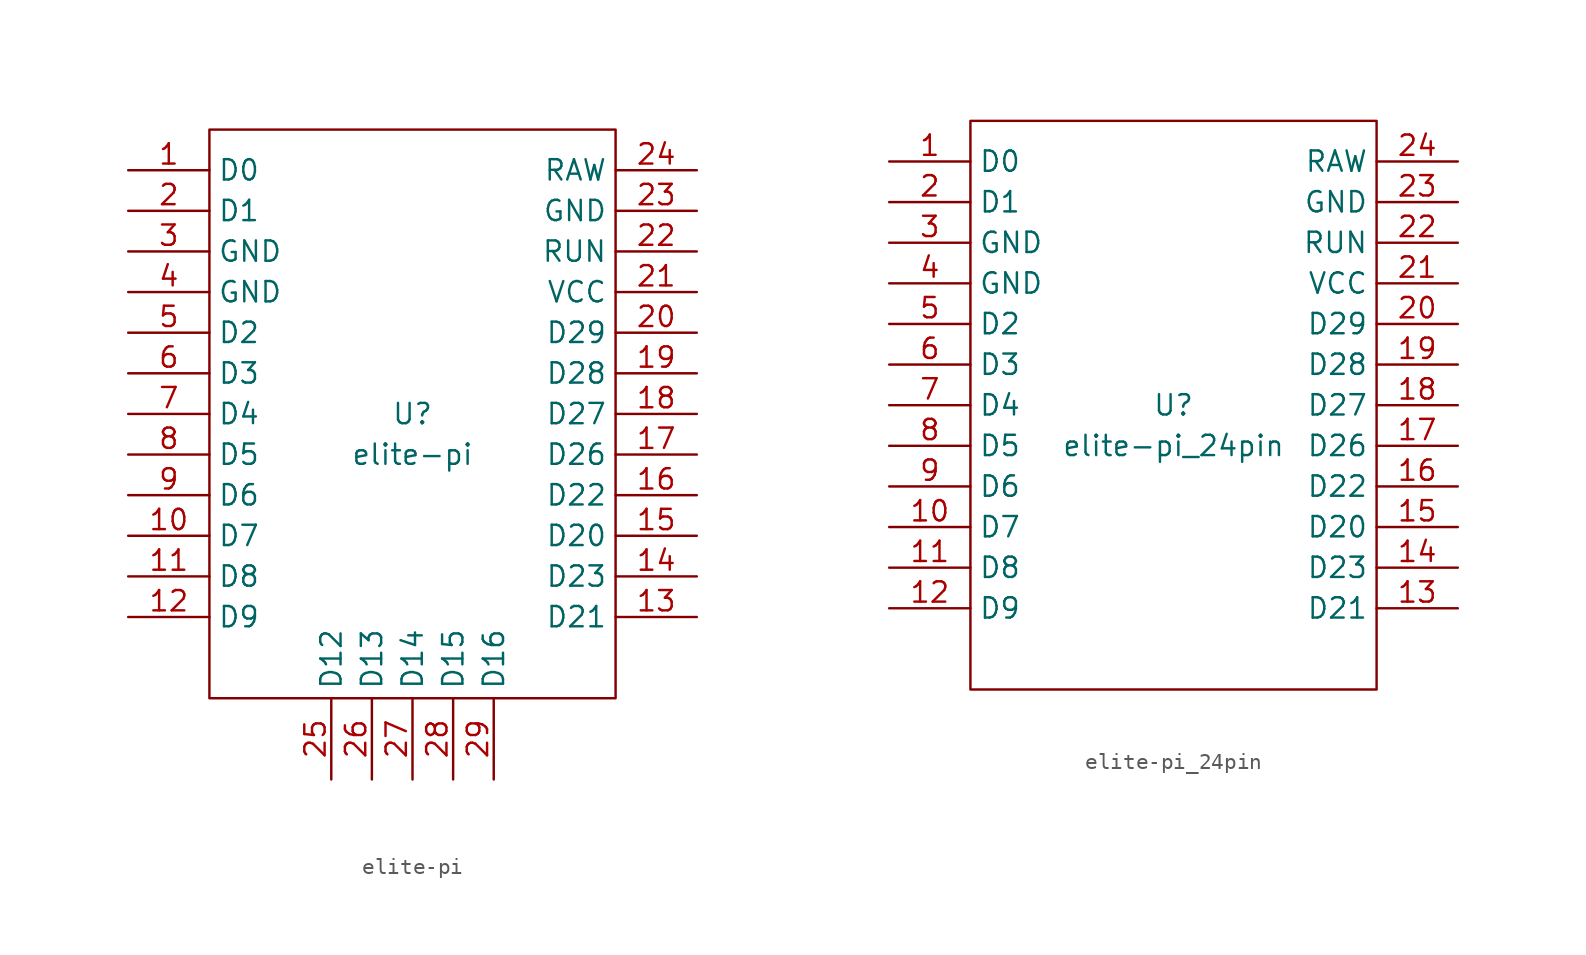
<source format=kicad_sym>
(kicad_symbol_lib
  (version 20220914)
  (generator kicad_symbol_editor)
  (symbol "elite-pi"
    (property "Reference" "U"
      (at 0 0 0)
      (effects (font (size 1.27 1.27))))
    (property "Value" "elite-pi"
      (at 0 -2.54 0)
      (effects (font (size 1.27 1.27))))
    (symbol "elite-pi_0_1"
      (rectangle (start 12.7 -17.78) (end -12.7 17.78) (stroke (width 0) (type solid)) (fill (type none))))
    (symbol "elite-pi_1_1"
      (pin input line (at -17.78 15.24 0) (length 5.08) (name "D0" (effects (font (size 1.27 1.27)))) (number "1" (effects (font (size 1.27 1.27)))))
      (pin input line (at -17.78 -7.62 0) (length 5.08) (name "D7" (effects (font (size 1.27 1.27)))) (number "10" (effects (font (size 1.27 1.27)))))
      (pin input line (at -17.78 -10.16 0) (length 5.08) (name "D8" (effects (font (size 1.27 1.27)))) (number "11" (effects (font (size 1.27 1.27)))))
      (pin input line (at -17.78 -12.7 0) (length 5.08) (name "D9" (effects (font (size 1.27 1.27)))) (number "12" (effects (font (size 1.27 1.27)))))
      (pin input line (at 17.78 -12.7 180) (length 5.08) (name "D21" (effects (font (size 1.27 1.27)))) (number "13" (effects (font (size 1.27 1.27)))))
      (pin input line (at 17.78 -10.16 180) (length 5.08) (name "D23" (effects (font (size 1.27 1.27)))) (number "14" (effects (font (size 1.27 1.27)))))
      (pin input line (at 17.78 -7.62 180) (length 5.08) (name "D20" (effects (font (size 1.27 1.27)))) (number "15" (effects (font (size 1.27 1.27)))))
      (pin input line (at 17.78 -5.08 180) (length 5.08) (name "D22" (effects (font (size 1.27 1.27)))) (number "16" (effects (font (size 1.27 1.27)))))
      (pin input line (at 17.78 -2.54 180) (length 5.08) (name "D26" (effects (font (size 1.27 1.27)))) (number "17" (effects (font (size 1.27 1.27)))))
      (pin input line (at 17.78 0 180) (length 5.08) (name "D27" (effects (font (size 1.27 1.27)))) (number "18" (effects (font (size 1.27 1.27)))))
      (pin input line (at 17.78 2.54 180) (length 5.08) (name "D28" (effects (font (size 1.27 1.27)))) (number "19" (effects (font (size 1.27 1.27)))))
      (pin input line (at -17.78 12.7 0) (length 5.08) (name "D1" (effects (font (size 1.27 1.27)))) (number "2" (effects (font (size 1.27 1.27)))))
      (pin input line (at 17.78 5.08 180) (length 5.08) (name "D29" (effects (font (size 1.27 1.27)))) (number "20" (effects (font (size 1.27 1.27)))))
      (pin input line (at 17.78 7.62 180) (length 5.08) (name "VCC" (effects (font (size 1.27 1.27)))) (number "21" (effects (font (size 1.27 1.27)))))
      (pin input line (at 17.78 10.16 180) (length 5.08) (name "RUN" (effects (font (size 1.27 1.27)))) (number "22" (effects (font (size 1.27 1.27)))))
      (pin input line (at 17.78 12.7 180) (length 5.08) (name "GND" (effects (font (size 1.27 1.27)))) (number "23" (effects (font (size 1.27 1.27)))))
      (pin input line (at 17.78 15.24 180) (length 5.08) (name "RAW" (effects (font (size 1.27 1.27)))) (number "24" (effects (font (size 1.27 1.27)))))
      (pin input line (at -5.08 -22.86 90) (length 5.08) (name "D12" (effects (font (size 1.27 1.27)))) (number "25" (effects (font (size 1.27 1.27)))))
      (pin input line (at -2.54 -22.86 90) (length 5.08) (name "D13" (effects (font (size 1.27 1.27)))) (number "26" (effects (font (size 1.27 1.27)))))
      (pin input line (at 0 -22.86 90) (length 5.08) (name "D14" (effects (font (size 1.27 1.27)))) (number "27" (effects (font (size 1.27 1.27)))))
      (pin input line (at 2.54 -22.86 90) (length 5.08) (name "D15" (effects (font (size 1.27 1.27)))) (number "28" (effects (font (size 1.27 1.27)))))
      (pin input line (at 5.08 -22.86 90) (length 5.08) (name "D16" (effects (font (size 1.27 1.27)))) (number "29" (effects (font (size 1.27 1.27)))))
      (pin input line (at -17.78 10.16 0) (length 5.08) (name "GND" (effects (font (size 1.27 1.27)))) (number "3" (effects (font (size 1.27 1.27)))))
      (pin input line (at -17.78 7.62 0) (length 5.08) (name "GND" (effects (font (size 1.27 1.27)))) (number "4" (effects (font (size 1.27 1.27)))))
      (pin input line (at -17.78 5.08 0) (length 5.08) (name "D2" (effects (font (size 1.27 1.27)))) (number "5" (effects (font (size 1.27 1.27)))))
      (pin input line (at -17.78 2.54 0) (length 5.08) (name "D3" (effects (font (size 1.27 1.27)))) (number "6" (effects (font (size 1.27 1.27)))))
      (pin input line (at -17.78 0 0) (length 5.08) (name "D4" (effects (font (size 1.27 1.27)))) (number "7" (effects (font (size 1.27 1.27)))))
      (pin input line (at -17.78 -2.54 0) (length 5.08) (name "D5" (effects (font (size 1.27 1.27)))) (number "8" (effects (font (size 1.27 1.27)))))
      (pin input line (at -17.78 -5.08 0) (length 5.08) (name "D6" (effects (font (size 1.27 1.27)))) (number "9" (effects (font (size 1.27 1.27)))))))
  (symbol "elite-pi_24pin"
    (property "Reference" "U"
      (at 0 0 0)
      (effects (font (size 1.27 1.27))))
    (property "Value" "elite-pi_24pin"
      (at 0 -2.54 0)
      (effects (font (size 1.27 1.27))))
    (symbol "elite-pi_24pin_0_1"
      (rectangle (start 12.7 -17.78) (end -12.7 17.78) (stroke (width 0) (type solid)) (fill (type none))))
    (symbol "elite-pi_24pin_1_1"
      (pin input line (at -17.78 15.24 0) (length 5.08) (name "D0" (effects (font (size 1.27 1.27)))) (number "1" (effects (font (size 1.27 1.27)))))
      (pin input line (at -17.78 -7.62 0) (length 5.08) (name "D7" (effects (font (size 1.27 1.27)))) (number "10" (effects (font (size 1.27 1.27)))))
      (pin input line (at -17.78 -10.16 0) (length 5.08) (name "D8" (effects (font (size 1.27 1.27)))) (number "11" (effects (font (size 1.27 1.27)))))
      (pin input line (at -17.78 -12.7 0) (length 5.08) (name "D9" (effects (font (size 1.27 1.27)))) (number "12" (effects (font (size 1.27 1.27)))))
      (pin input line (at 17.78 -12.7 180) (length 5.08) (name "D21" (effects (font (size 1.27 1.27)))) (number "13" (effects (font (size 1.27 1.27)))))
      (pin input line (at 17.78 -10.16 180) (length 5.08) (name "D23" (effects (font (size 1.27 1.27)))) (number "14" (effects (font (size 1.27 1.27)))))
      (pin input line (at 17.78 -7.62 180) (length 5.08) (name "D20" (effects (font (size 1.27 1.27)))) (number "15" (effects (font (size 1.27 1.27)))))
      (pin input line (at 17.78 -5.08 180) (length 5.08) (name "D22" (effects (font (size 1.27 1.27)))) (number "16" (effects (font (size 1.27 1.27)))))
      (pin input line (at 17.78 -2.54 180) (length 5.08) (name "D26" (effects (font (size 1.27 1.27)))) (number "17" (effects (font (size 1.27 1.27)))))
      (pin input line (at 17.78 0 180) (length 5.08) (name "D27" (effects (font (size 1.27 1.27)))) (number "18" (effects (font (size 1.27 1.27)))))
      (pin input line (at 17.78 2.54 180) (length 5.08) (name "D28" (effects (font (size 1.27 1.27)))) (number "19" (effects (font (size 1.27 1.27)))))
      (pin input line (at -17.78 12.7 0) (length 5.08) (name "D1" (effects (font (size 1.27 1.27)))) (number "2" (effects (font (size 1.27 1.27)))))
      (pin input line (at 17.78 5.08 180) (length 5.08) (name "D29" (effects (font (size 1.27 1.27)))) (number "20" (effects (font (size 1.27 1.27)))))
      (pin input line (at 17.78 7.62 180) (length 5.08) (name "VCC" (effects (font (size 1.27 1.27)))) (number "21" (effects (font (size 1.27 1.27)))))
      (pin input line (at 17.78 10.16 180) (length 5.08) (name "RUN" (effects (font (size 1.27 1.27)))) (number "22" (effects (font (size 1.27 1.27)))))
      (pin input line (at 17.78 12.7 180) (length 5.08) (name "GND" (effects (font (size 1.27 1.27)))) (number "23" (effects (font (size 1.27 1.27)))))
      (pin input line (at 17.78 15.24 180) (length 5.08) (name "RAW" (effects (font (size 1.27 1.27)))) (number "24" (effects (font (size 1.27 1.27)))))
      (pin input line (at -17.78 10.16 0) (length 5.08) (name "GND" (effects (font (size 1.27 1.27)))) (number "3" (effects (font (size 1.27 1.27)))))
      (pin input line (at -17.78 7.62 0) (length 5.08) (name "GND" (effects (font (size 1.27 1.27)))) (number "4" (effects (font (size 1.27 1.27)))))
      (pin input line (at -17.78 5.08 0) (length 5.08) (name "D2" (effects (font (size 1.27 1.27)))) (number "5" (effects (font (size 1.27 1.27)))))
      (pin input line (at -17.78 2.54 0) (length 5.08) (name "D3" (effects (font (size 1.27 1.27)))) (number "6" (effects (font (size 1.27 1.27)))))
      (pin input line (at -17.78 0 0) (length 5.08) (name "D4" (effects (font (size 1.27 1.27)))) (number "7" (effects (font (size 1.27 1.27)))))
      (pin input line (at -17.78 -2.54 0) (length 5.08) (name "D5" (effects (font (size 1.27 1.27)))) (number "8" (effects (font (size 1.27 1.27)))))
      (pin input line (at -17.78 -5.08 0) (length 5.08) (name "D6" (effects (font (size 1.27 1.27)))) (number "9" (effects (font (size 1.27 1.27))))))))
</source>
